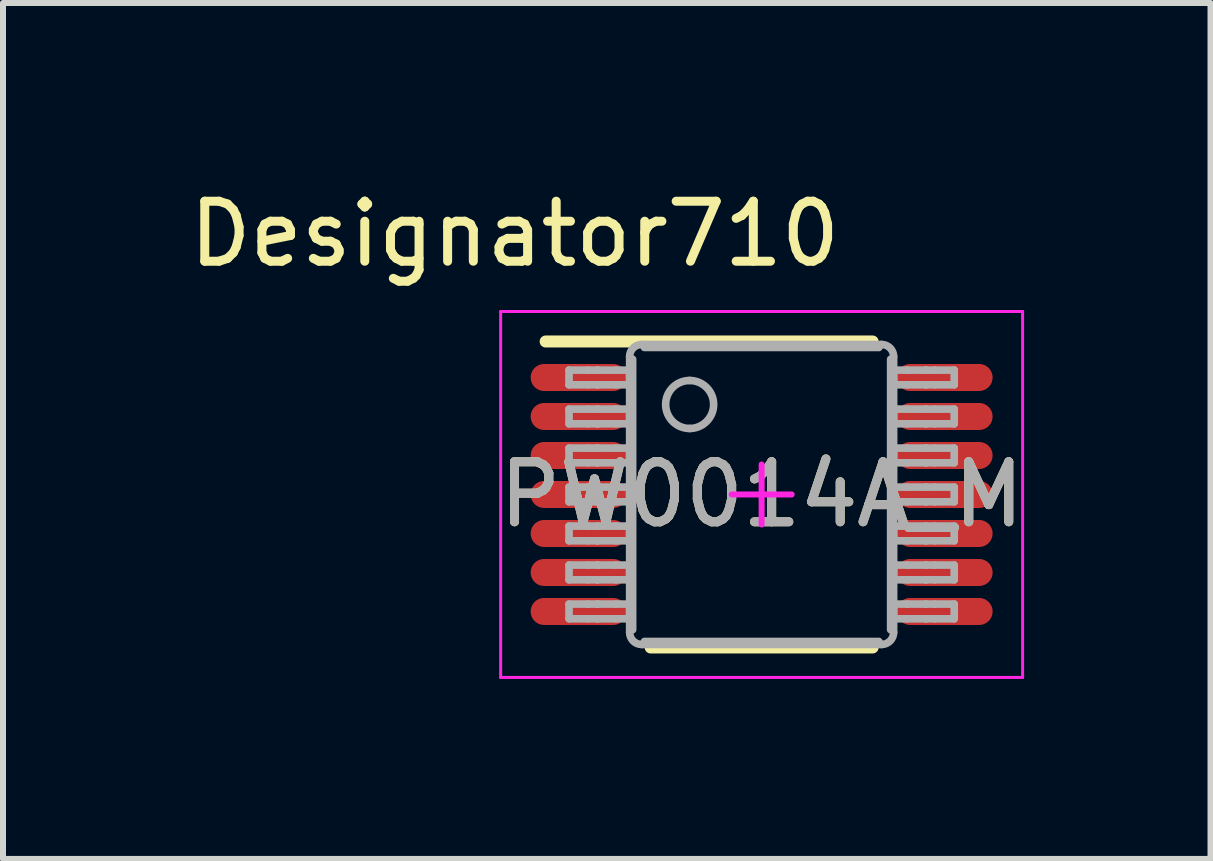
<source format=kicad_pcb>
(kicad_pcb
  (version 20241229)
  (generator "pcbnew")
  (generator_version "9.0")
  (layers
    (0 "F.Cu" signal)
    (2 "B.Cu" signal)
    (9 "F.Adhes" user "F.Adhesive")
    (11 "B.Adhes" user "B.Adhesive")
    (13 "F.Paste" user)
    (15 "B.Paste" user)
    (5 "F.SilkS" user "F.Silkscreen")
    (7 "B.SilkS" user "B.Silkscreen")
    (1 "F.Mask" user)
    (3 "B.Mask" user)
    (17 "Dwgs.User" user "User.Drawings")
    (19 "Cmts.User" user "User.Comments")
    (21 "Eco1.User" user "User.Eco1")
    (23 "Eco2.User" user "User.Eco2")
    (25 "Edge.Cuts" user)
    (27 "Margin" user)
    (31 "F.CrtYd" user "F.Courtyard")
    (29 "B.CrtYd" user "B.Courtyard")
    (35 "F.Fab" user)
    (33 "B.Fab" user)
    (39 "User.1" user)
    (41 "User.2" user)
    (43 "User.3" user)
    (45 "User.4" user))
  (footprint "PW0014A_M"
    (layer "F.Cu")
    (at 9.645 5.192)
    (property "Reference" "PW0014A_M" (at 0 0 0) (unlocked yes) (layer "F.SilkS") (effects (font (size 1 1) (thickness 0.15))))
    (attr smd)
    (fp_line (start -3.6 -2.55) (end 1.85 -2.55) (stroke (width 0.2) (type solid)) (layer "F.SilkS"))
    (fp_line (start -1.85 2.55) (end 1.85 2.55) (stroke (width 0.2) (type solid)) (layer "F.SilkS"))
    (fp_line (start -4.35 -3.05) (end 4.35 -3.05) (stroke (width 0.05) (type solid)) (layer "F.CrtYd"))
    (fp_line (start -4.35 3.05) (end -4.35 -3.05) (stroke (width 0.05) (type solid)) (layer "F.CrtYd"))
    (fp_line (start -4.35 3.05) (end 4.35 3.05) (stroke (width 0.05) (type solid)) (layer "F.CrtYd"))
    (fp_line (start -0.5 0) (end 0.5 0) (stroke (width 0.1) (type solid)) (layer "F.CrtYd"))
    (fp_line (start -0.000003 0.5) (end -0.000003 -0.5) (stroke (width 0.1) (type solid)) (layer "F.CrtYd"))
    (fp_line (start 4.35 3.05) (end 4.35 -3.05) (stroke (width 0.05) (type solid)) (layer "F.CrtYd"))
    (fp_line (start -3.21 -2.073) (end -2.887 -2.073) (stroke (width 0.127) (type solid)) (layer "F.Fab"))
    (fp_line (start -3.21 -1.828) (end -3.21 -2.073) (stroke (width 0.127) (type solid)) (layer "F.Fab"))
    (fp_line (start -3.21 -1.828) (end -2.887 -1.828) (stroke (width 0.127) (type solid)) (layer "F.Fab"))
    (fp_line (start -3.21 -1.423) (end -2.887 -1.423) (stroke (width 0.127) (type solid)) (layer "F.Fab"))
    (fp_line (start -3.21 -1.178) (end -3.21 -1.423) (stroke (width 0.127) (type solid)) (layer "F.Fab"))
    (fp_line (start -3.21 -1.178) (end -2.887 -1.178) (stroke (width 0.127) (type solid)) (layer "F.Fab"))
    (fp_line (start -3.21 -0.773) (end -2.887 -0.773) (stroke (width 0.127) (type solid)) (layer "F.Fab"))
    (fp_line (start -3.21 -0.528) (end -3.21 -0.773) (stroke (width 0.127) (type solid)) (layer "F.Fab"))
    (fp_line (start -3.21 -0.528) (end -2.887 -0.528) (stroke (width 0.127) (type solid)) (layer "F.Fab"))
    (fp_line (start -3.21 -0.123) (end -2.887 -0.123) (stroke (width 0.127) (type solid)) (layer "F.Fab"))
    (fp_line (start -3.21 0.122) (end -3.21 -0.123) (stroke (width 0.127) (type solid)) (layer "F.Fab"))
    (fp_line (start -3.21 0.122) (end -2.887 0.122) (stroke (width 0.127) (type solid)) (layer "F.Fab"))
    (fp_line (start -3.21 0.527) (end -2.887 0.527) (stroke (width 0.127) (type solid)) (layer "F.Fab"))
    (fp_line (start -3.21 0.772) (end -3.21 0.527) (stroke (width 0.127) (type solid)) (layer "F.Fab"))
    (fp_line (start -3.21 0.772) (end -2.887 0.772) (stroke (width 0.127) (type solid)) (layer "F.Fab"))
    (fp_line (start -3.21 1.177) (end -2.887 1.177) (stroke (width 0.127) (type solid)) (layer "F.Fab"))
    (fp_line (start -3.21 1.422) (end -3.21 1.177) (stroke (width 0.127) (type solid)) (layer "F.Fab"))
    (fp_line (start -3.21 1.422) (end -2.887 1.422) (stroke (width 0.127) (type solid)) (layer "F.Fab"))
    (fp_line (start -3.21 1.827) (end -2.887 1.827) (stroke (width 0.127) (type solid)) (layer "F.Fab"))
    (fp_line (start -3.21 2.072) (end -3.21 1.827) (stroke (width 0.127) (type solid)) (layer "F.Fab"))
    (fp_line (start -3.21 2.072) (end -2.887 2.072) (stroke (width 0.127) (type solid)) (layer "F.Fab"))
    (fp_line (start -2.887 -2.073) (end -2.739 -2.073) (stroke (width 0.127) (type solid)) (layer "F.Fab"))
    (fp_line (start -2.887 -1.828) (end -2.739 -1.828) (stroke (width 0.127) (type solid)) (layer "F.Fab"))
    (fp_line (start -2.887 -1.423) (end -2.739 -1.423) (stroke (width 0.127) (type solid)) (layer "F.Fab"))
    (fp_line (start -2.887 -1.178) (end -2.739 -1.178) (stroke (width 0.127) (type solid)) (layer "F.Fab"))
    (fp_line (start -2.887 -0.773) (end -2.739 -0.773) (stroke (width 0.127) (type solid)) (layer "F.Fab"))
    (fp_line (start -2.887 -0.528) (end -2.739 -0.528) (stroke (width 0.127) (type solid)) (layer "F.Fab"))
    (fp_line (start -2.887 -0.123) (end -2.739 -0.123) (stroke (width 0.127) (type solid)) (layer "F.Fab"))
    (fp_line (start -2.887 0.122) (end -2.739 0.122) (stroke (width 0.127) (type solid)) (layer "F.Fab"))
    (fp_line (start -2.887 0.527) (end -2.739 0.527) (stroke (width 0.127) (type solid)) (layer "F.Fab"))
    (fp_line (start -2.887 0.772) (end -2.739 0.772) (stroke (width 0.127) (type solid)) (layer "F.Fab"))
    (fp_line (start -2.887 1.177) (end -2.739 1.177) (stroke (width 0.127) (type solid)) (layer "F.Fab"))
    (fp_line (start -2.887 1.422) (end -2.739 1.422) (stroke (width 0.127) (type solid)) (layer "F.Fab"))
    (fp_line (start -2.887 1.827) (end -2.739 1.827) (stroke (width 0.127) (type solid)) (layer "F.Fab"))
    (fp_line (start -2.887 2.072) (end -2.739 2.072) (stroke (width 0.127) (type solid)) (layer "F.Fab"))
    (fp_line (start -2.739 -2.073) (end -2.733 -2.073) (stroke (width 0.127) (type solid)) (layer "F.Fab"))
    (fp_line (start -2.739 -1.828) (end -2.733 -1.828) (stroke (width 0.127) (type solid)) (layer "F.Fab"))
    (fp_line (start -2.739 -1.423) (end -2.733 -1.423) (stroke (width 0.127) (type solid)) (layer "F.Fab"))
    (fp_line (start -2.739 -1.178) (end -2.733 -1.178) (stroke (width 0.127) (type solid)) (layer "F.Fab"))
    (fp_line (start -2.739 -0.773) (end -2.733 -0.773) (stroke (width 0.127) (type solid)) (layer "F.Fab"))
    (fp_line (start -2.739 -0.528) (end -2.733 -0.528) (stroke (width 0.127) (type solid)) (layer "F.Fab"))
    (fp_line (start -2.739 -0.123) (end -2.733 -0.123) (stroke (width 0.127) (type solid)) (layer "F.Fab"))
    (fp_line (start -2.739 0.122) (end -2.733 0.122) (stroke (width 0.127) (type solid)) (layer "F.Fab"))
    (fp_line (start -2.739 0.527) (end -2.733 0.527) (stroke (width 0.127) (type solid)) (layer "F.Fab"))
    (fp_line (start -2.739 0.772) (end -2.733 0.772) (stroke (width 0.127) (type solid)) (layer "F.Fab"))
    (fp_line (start -2.739 1.177) (end -2.733 1.177) (stroke (width 0.127) (type solid)) (layer "F.Fab"))
    (fp_line (start -2.739 1.422) (end -2.733 1.422) (stroke (width 0.127) (type solid)) (layer "F.Fab"))
    (fp_line (start -2.739 1.827) (end -2.733 1.827) (stroke (width 0.127) (type solid)) (layer "F.Fab"))
    (fp_line (start -2.739 2.072) (end -2.733 2.072) (stroke (width 0.127) (type solid)) (layer "F.Fab"))
    (fp_line (start -2.733 -2.073) (end -2.431 -2.073) (stroke (width 0.127) (type solid)) (layer "F.Fab"))
    (fp_line (start -2.733 -1.828) (end -2.431 -1.828) (stroke (width 0.127) (type solid)) (layer "F.Fab"))
    (fp_line (start -2.733 -1.423) (end -2.431 -1.423) (stroke (width 0.127) (type solid)) (layer "F.Fab"))
    (fp_line (start -2.733 -1.178) (end -2.431 -1.178) (stroke (width 0.127) (type solid)) (layer "F.Fab"))
    (fp_line (start -2.733 -0.773) (end -2.431 -0.773) (stroke (width 0.127) (type solid)) (layer "F.Fab"))
    (fp_line (start -2.733 -0.528) (end -2.431 -0.528) (stroke (width 0.127) (type solid)) (layer "F.Fab"))
    (fp_line (start -2.733 -0.123) (end -2.431 -0.123) (stroke (width 0.127) (type solid)) (layer "F.Fab"))
    (fp_line (start -2.733 0.122) (end -2.431 0.122) (stroke (width 0.127) (type solid)) (layer "F.Fab"))
    (fp_line (start -2.733 0.527) (end -2.431 0.527) (stroke (width 0.127) (type solid)) (layer "F.Fab"))
    (fp_line (start -2.733 0.772) (end -2.431 0.772) (stroke (width 0.127) (type solid)) (layer "F.Fab"))
    (fp_line (start -2.733 1.177) (end -2.431 1.177) (stroke (width 0.127) (type solid)) (layer "F.Fab"))
    (fp_line (start -2.733 1.422) (end -2.431 1.422) (stroke (width 0.127) (type solid)) (layer "F.Fab"))
    (fp_line (start -2.733 1.827) (end -2.431 1.827) (stroke (width 0.127) (type solid)) (layer "F.Fab"))
    (fp_line (start -2.733 2.072) (end -2.431 2.072) (stroke (width 0.127) (type solid)) (layer "F.Fab"))
    (fp_line (start -2.431 -2.073) (end -2.2 -2.073) (stroke (width 0.127) (type solid)) (layer "F.Fab"))
    (fp_line (start -2.431 -1.828) (end -2.2 -1.828) (stroke (width 0.127) (type solid)) (layer "F.Fab"))
    (fp_line (start -2.431 -1.423) (end -2.2 -1.423) (stroke (width 0.127) (type solid)) (layer "F.Fab"))
    (fp_line (start -2.431 -1.178) (end -2.2 -1.178) (stroke (width 0.127) (type solid)) (layer "F.Fab"))
    (fp_line (start -2.431 -0.773) (end -2.2 -0.773) (stroke (width 0.127) (type solid)) (layer "F.Fab"))
    (fp_line (start -2.431 -0.528) (end -2.2 -0.528) (stroke (width 0.127) (type solid)) (layer "F.Fab"))
    (fp_line (start -2.431 -0.123) (end -2.2 -0.123) (stroke (width 0.127) (type solid)) (layer "F.Fab"))
    (fp_line (start -2.431 0.122) (end -2.2 0.122) (stroke (width 0.127) (type solid)) (layer "F.Fab"))
    (fp_line (start -2.431 0.527) (end -2.2 0.527) (stroke (width 0.127) (type solid)) (layer "F.Fab"))
    (fp_line (start -2.431 0.772) (end -2.2 0.772) (stroke (width 0.127) (type solid)) (layer "F.Fab"))
    (fp_line (start -2.431 1.177) (end -2.2 1.177) (stroke (width 0.127) (type solid)) (layer "F.Fab"))
    (fp_line (start -2.431 1.422) (end -2.2 1.422) (stroke (width 0.127) (type solid)) (layer "F.Fab"))
    (fp_line (start -2.431 1.827) (end -2.2 1.827) (stroke (width 0.127) (type solid)) (layer "F.Fab"))
    (fp_line (start -2.431 2.072) (end -2.2 2.072) (stroke (width 0.127) (type solid)) (layer "F.Fab"))
    (fp_line (start -2.2 -1.828) (end -2.2 -2.073) (stroke (width 0.127) (type solid)) (layer "F.Fab"))
    (fp_line (start -2.2 -1.178) (end -2.2 -1.423) (stroke (width 0.127) (type solid)) (layer "F.Fab"))
    (fp_line (start -2.2 -0.528) (end -2.2 -0.773) (stroke (width 0.127) (type solid)) (layer "F.Fab"))
    (fp_line (start -2.2 0.122) (end -2.2 -0.123) (stroke (width 0.127) (type solid)) (layer "F.Fab"))
    (fp_line (start -2.2 0.772) (end -2.2 0.527) (stroke (width 0.127) (type solid)) (layer "F.Fab"))
    (fp_line (start -2.2 1.422) (end -2.2 1.177) (stroke (width 0.127) (type solid)) (layer "F.Fab"))
    (fp_line (start -2.2 2.072) (end -2.2 1.827) (stroke (width 0.127) (type solid)) (layer "F.Fab"))
    (fp_line (start -2.2 2.3) (end -2.2 -2.3) (stroke (width 0.127) (type solid)) (layer "F.Fab"))
    (fp_line (start -2.15 2.254) (end -2.15 -2.254) (stroke (width 0.127) (type solid)) (layer "F.Fab"))
    (fp_line (start -2 -2.5) (end 2 -2.5) (stroke (width 0.127) (type solid)) (layer "F.Fab"))
    (fp_line (start -2 2.5) (end 2 2.5) (stroke (width 0.127) (type solid)) (layer "F.Fab"))
    (fp_line (start -1.954 -2.45) (end 1.954 -2.45) (stroke (width 0.127) (type solid)) (layer "F.Fab"))
    (fp_line (start -1.954 2.45) (end 1.954 2.45) (stroke (width 0.127) (type solid)) (layer "F.Fab"))
    (fp_line (start 2.15 2.254) (end 2.15 -2.254) (stroke (width 0.127) (type solid)) (layer "F.Fab"))
    (fp_line (start 2.2 -2.073) (end 2.43 -2.073) (stroke (width 0.127) (type solid)) (layer "F.Fab"))
    (fp_line (start 2.2 -1.828) (end 2.2 -2.073) (stroke (width 0.127) (type solid)) (layer "F.Fab"))
    (fp_line (start 2.2 -1.828) (end 2.43 -1.828) (stroke (width 0.127) (type solid)) (layer "F.Fab"))
    (fp_line (start 2.2 -1.423) (end 2.43 -1.423) (stroke (width 0.127) (type solid)) (layer "F.Fab"))
    (fp_line (start 2.2 -1.178) (end 2.2 -1.423) (stroke (width 0.127) (type solid)) (layer "F.Fab"))
    (fp_line (start 2.2 -1.178) (end 2.43 -1.178) (stroke (width 0.127) (type solid)) (layer "F.Fab"))
    (fp_line (start 2.2 -0.773) (end 2.43 -0.773) (stroke (width 0.127) (type solid)) (layer "F.Fab"))
    (fp_line (start 2.2 -0.528) (end 2.2 -0.773) (stroke (width 0.127) (type solid)) (layer "F.Fab"))
    (fp_line (start 2.2 -0.528) (end 2.43 -0.528) (stroke (width 0.127) (type solid)) (layer "F.Fab"))
    (fp_line (start 2.2 -0.123) (end 2.43 -0.123) (stroke (width 0.127) (type solid)) (layer "F.Fab"))
    (fp_line (start 2.2 0.122) (end 2.2 -0.123) (stroke (width 0.127) (type solid)) (layer "F.Fab"))
    (fp_line (start 2.2 0.122) (end 2.43 0.122) (stroke (width 0.127) (type solid)) (layer "F.Fab"))
    (fp_line (start 2.2 0.527) (end 2.43 0.527) (stroke (width 0.127) (type solid)) (layer "F.Fab"))
    (fp_line (start 2.2 0.772) (end 2.2 0.527) (stroke (width 0.127) (type solid)) (layer "F.Fab"))
    (fp_line (start 2.2 0.772) (end 2.43 0.772) (stroke (width 0.127) (type solid)) (layer "F.Fab"))
    (fp_line (start 2.2 1.177) (end 2.43 1.177) (stroke (width 0.127) (type solid)) (layer "F.Fab"))
    (fp_line (start 2.2 1.422) (end 2.2 1.177) (stroke (width 0.127) (type solid)) (layer "F.Fab"))
    (fp_line (start 2.2 1.422) (end 2.43 1.422) (stroke (width 0.127) (type solid)) (layer "F.Fab"))
    (fp_line (start 2.2 1.827) (end 2.43 1.827) (stroke (width 0.127) (type solid)) (layer "F.Fab"))
    (fp_line (start 2.2 2.072) (end 2.2 1.827) (stroke (width 0.127) (type solid)) (layer "F.Fab"))
    (fp_line (start 2.2 2.072) (end 2.43 2.072) (stroke (width 0.127) (type solid)) (layer "F.Fab"))
    (fp_line (start 2.2 2.3) (end 2.2 -2.3) (stroke (width 0.127) (type solid)) (layer "F.Fab"))
    (fp_line (start 2.43 -2.073) (end 2.733 -2.073) (stroke (width 0.127) (type solid)) (layer "F.Fab"))
    (fp_line (start 2.43 -1.828) (end 2.733 -1.828) (stroke (width 0.127) (type solid)) (layer "F.Fab"))
    (fp_line (start 2.43 -1.423) (end 2.733 -1.423) (stroke (width 0.127) (type solid)) (layer "F.Fab"))
    (fp_line (start 2.43 -1.178) (end 2.733 -1.178) (stroke (width 0.127) (type solid)) (layer "F.Fab"))
    (fp_line (start 2.43 -0.773) (end 2.733 -0.773) (stroke (width 0.127) (type solid)) (layer "F.Fab"))
    (fp_line (start 2.43 -0.528) (end 2.733 -0.528) (stroke (width 0.127) (type solid)) (layer "F.Fab"))
    (fp_line (start 2.43 -0.123) (end 2.733 -0.123) (stroke (width 0.127) (type solid)) (layer "F.Fab"))
    (fp_line (start 2.43 0.122) (end 2.733 0.122) (stroke (width 0.127) (type solid)) (layer "F.Fab"))
    (fp_line (start 2.43 0.527) (end 2.733 0.527) (stroke (width 0.127) (type solid)) (layer "F.Fab"))
    (fp_line (start 2.43 0.772) (end 2.733 0.772) (stroke (width 0.127) (type solid)) (layer "F.Fab"))
    (fp_line (start 2.43 1.177) (end 2.733 1.177) (stroke (width 0.127) (type solid)) (layer "F.Fab"))
    (fp_line (start 2.43 1.422) (end 2.733 1.422) (stroke (width 0.127) (type solid)) (layer "F.Fab"))
    (fp_line (start 2.43 1.827) (end 2.733 1.827) (stroke (width 0.127) (type solid)) (layer "F.Fab"))
    (fp_line (start 2.43 2.072) (end 2.733 2.072) (stroke (width 0.127) (type solid)) (layer "F.Fab"))
    (fp_line (start 2.733 -2.073) (end 2.739 -2.073) (stroke (width 0.127) (type solid)) (layer "F.Fab"))
    (fp_line (start 2.733 -1.828) (end 2.739 -1.828) (stroke (width 0.127) (type solid)) (layer "F.Fab"))
    (fp_line (start 2.733 -1.423) (end 2.739 -1.423) (stroke (width 0.127) (type solid)) (layer "F.Fab"))
    (fp_line (start 2.733 -1.178) (end 2.739 -1.178) (stroke (width 0.127) (type solid)) (layer "F.Fab"))
    (fp_line (start 2.733 -0.773) (end 2.739 -0.773) (stroke (width 0.127) (type solid)) (layer "F.Fab"))
    (fp_line (start 2.733 -0.528) (end 2.739 -0.528) (stroke (width 0.127) (type solid)) (layer "F.Fab"))
    (fp_line (start 2.733 -0.123) (end 2.739 -0.123) (stroke (width 0.127) (type solid)) (layer "F.Fab"))
    (fp_line (start 2.733 0.122) (end 2.739 0.122) (stroke (width 0.127) (type solid)) (layer "F.Fab"))
    (fp_line (start 2.733 0.527) (end 2.739 0.527) (stroke (width 0.127) (type solid)) (layer "F.Fab"))
    (fp_line (start 2.733 0.772) (end 2.739 0.772) (stroke (width 0.127) (type solid)) (layer "F.Fab"))
    (fp_line (start 2.733 1.177) (end 2.739 1.177) (stroke (width 0.127) (type solid)) (layer "F.Fab"))
    (fp_line (start 2.733 1.422) (end 2.739 1.422) (stroke (width 0.127) (type solid)) (layer "F.Fab"))
    (fp_line (start 2.733 1.827) (end 2.739 1.827) (stroke (width 0.127) (type solid)) (layer "F.Fab"))
    (fp_line (start 2.733 2.072) (end 2.739 2.072) (stroke (width 0.127) (type solid)) (layer "F.Fab"))
    (fp_line (start 2.739 -2.073) (end 2.887 -2.073) (stroke (width 0.127) (type solid)) (layer "F.Fab"))
    (fp_line (start 2.739 -1.828) (end 2.887 -1.828) (stroke (width 0.127) (type solid)) (layer "F.Fab"))
    (fp_line (start 2.739 -1.423) (end 2.887 -1.423) (stroke (width 0.127) (type solid)) (layer "F.Fab"))
    (fp_line (start 2.739 -1.178) (end 2.887 -1.178) (stroke (width 0.127) (type solid)) (layer "F.Fab"))
    (fp_line (start 2.739 -0.773) (end 2.887 -0.773) (stroke (width 0.127) (type solid)) (layer "F.Fab"))
    (fp_line (start 2.739 -0.528) (end 2.887 -0.528) (stroke (width 0.127) (type solid)) (layer "F.Fab"))
    (fp_line (start 2.739 -0.123) (end 2.887 -0.123) (stroke (width 0.127) (type solid)) (layer "F.Fab"))
    (fp_line (start 2.739 0.122) (end 2.887 0.122) (stroke (width 0.127) (type solid)) (layer "F.Fab"))
    (fp_line (start 2.739 0.527) (end 2.887 0.527) (stroke (width 0.127) (type solid)) (layer "F.Fab"))
    (fp_line (start 2.739 0.772) (end 2.887 0.772) (stroke (width 0.127) (type solid)) (layer "F.Fab"))
    (fp_line (start 2.739 1.177) (end 2.887 1.177) (stroke (width 0.127) (type solid)) (layer "F.Fab"))
    (fp_line (start 2.739 1.422) (end 2.887 1.422) (stroke (width 0.127) (type solid)) (layer "F.Fab"))
    (fp_line (start 2.739 1.827) (end 2.887 1.827) (stroke (width 0.127) (type solid)) (layer "F.Fab"))
    (fp_line (start 2.739 2.072) (end 2.887 2.072) (stroke (width 0.127) (type solid)) (layer "F.Fab"))
    (fp_line (start 2.887 -2.073) (end 3.21 -2.073) (stroke (width 0.127) (type solid)) (layer "F.Fab"))
    (fp_line (start 2.887 -1.828) (end 3.21 -1.828) (stroke (width 0.127) (type solid)) (layer "F.Fab"))
    (fp_line (start 2.887 -1.423) (end 3.21 -1.423) (stroke (width 0.127) (type solid)) (layer "F.Fab"))
    (fp_line (start 2.887 -1.178) (end 3.21 -1.178) (stroke (width 0.127) (type solid)) (layer "F.Fab"))
    (fp_line (start 2.887 -0.773) (end 3.21 -0.773) (stroke (width 0.127) (type solid)) (layer "F.Fab"))
    (fp_line (start 2.887 -0.528) (end 3.21 -0.528) (stroke (width 0.127) (type solid)) (layer "F.Fab"))
    (fp_line (start 2.887 -0.123) (end 3.21 -0.123) (stroke (width 0.127) (type solid)) (layer "F.Fab"))
    (fp_line (start 2.887 0.122) (end 3.21 0.122) (stroke (width 0.127) (type solid)) (layer "F.Fab"))
    (fp_line (start 2.887 0.527) (end 3.21 0.527) (stroke (width 0.127) (type solid)) (layer "F.Fab"))
    (fp_line (start 2.887 0.772) (end 3.21 0.772) (stroke (width 0.127) (type solid)) (layer "F.Fab"))
    (fp_line (start 2.887 1.177) (end 3.21 1.177) (stroke (width 0.127) (type solid)) (layer "F.Fab"))
    (fp_line (start 2.887 1.422) (end 3.21 1.422) (stroke (width 0.127) (type solid)) (layer "F.Fab"))
    (fp_line (start 2.887 1.827) (end 3.21 1.827) (stroke (width 0.127) (type solid)) (layer "F.Fab"))
    (fp_line (start 2.887 2.072) (end 3.21 2.072) (stroke (width 0.127) (type solid)) (layer "F.Fab"))
    (fp_line (start 3.21 -1.828) (end 3.21 -2.073) (stroke (width 0.127) (type solid)) (layer "F.Fab"))
    (fp_line (start 3.21 -1.178) (end 3.21 -1.423) (stroke (width 0.127) (type solid)) (layer "F.Fab"))
    (fp_line (start 3.21 -0.528) (end 3.21 -0.773) (stroke (width 0.127) (type solid)) (layer "F.Fab"))
    (fp_line (start 3.21 0.122) (end 3.21 -0.123) (stroke (width 0.127) (type solid)) (layer "F.Fab"))
    (fp_line (start 3.21 0.772) (end 3.21 0.527) (stroke (width 0.127) (type solid)) (layer "F.Fab"))
    (fp_line (start 3.21 1.422) (end 3.21 1.177) (stroke (width 0.127) (type solid)) (layer "F.Fab"))
    (fp_line (start 3.21 2.072) (end 3.21 1.827) (stroke (width 0.127) (type solid)) (layer "F.Fab"))
    (fp_arc (start -2.200001 -2.3) (mid -2.141422 -2.441421) (end -2.000001 -2.5) (stroke (width 0.127) (type solid)) (layer "F.Fab"))
    (fp_arc (start -2.000001 2.49999) (mid -2.141422 2.441412) (end -2.200001 2.29999) (stroke (width 0.127) (type solid)) (layer "F.Fab"))
    (fp_arc (start -1.200003 -1.900001) (mid -0.800003 -1.500002) (end -1.200003 -1.100003) (stroke (width 0.127) (type solid)) (layer "F.Fab"))
    (fp_arc (start -1.200003 -1.100003) (mid -1.600002 -1.500002) (end -1.200003 -1.900001) (stroke (width 0.127) (type solid)) (layer "F.Fab"))
    (fp_arc (start 1.999991 -2.5) (mid 2.141412 -2.441422) (end 2.199991 -2.3) (stroke (width 0.127) (type solid)) (layer "F.Fab"))
    (fp_arc (start 2.199991 2.29999) (mid 2.141412 2.441411) (end 1.999991 2.49999) (stroke (width 0.127) (type solid)) (layer "F.Fab"))
    (fp_text user "Designator710" (at -4.115 -4.343 0) (unlocked yes) (layer "F.SilkS") (effects (font (size 1 1) (thickness 0.15))))
    (fp_text user "${REFERENCE}" (at 0 0 0) (unlocked yes) (layer "F.Fab") (effects (font (size 1 1) (thickness 0.15))))
    (pad "1" smd oval (at -3.05 -1.95 90) (size 0.45 1.6) (layers "F.Cu" "F.Mask" "F.Paste"))
    (pad "2" smd oval (at -3.05 -1.3 90) (size 0.45 1.6) (layers "F.Cu" "F.Mask" "F.Paste"))
    (pad "3" smd oval (at -3.05 -0.65 90) (size 0.45 1.6) (layers "F.Cu" "F.Mask" "F.Paste"))
    (pad "4" smd oval (at -3.05 0 90) (size 0.45 1.6) (layers "F.Cu" "F.Mask" "F.Paste"))
    (pad "5" smd oval (at -3.05 0.65 90) (size 0.45 1.6) (layers "F.Cu" "F.Mask" "F.Paste"))
    (pad "6" smd oval (at -3.05 1.3 90) (size 0.45 1.6) (layers "F.Cu" "F.Mask" "F.Paste"))
    (pad "7" smd oval (at -3.05 1.95 90) (size 0.45 1.6) (layers "F.Cu" "F.Mask" "F.Paste"))
    (pad "8" smd oval (at 3.05 1.95 90) (size 0.45 1.6) (layers "F.Cu" "F.Mask" "F.Paste"))
    (pad "9" smd oval (at 3.05 1.3 90) (size 0.45 1.6) (layers "F.Cu" "F.Mask" "F.Paste"))
    (pad "10" smd oval (at 3.05 0.65 90) (size 0.45 1.6) (layers "F.Cu" "F.Mask" "F.Paste"))
    (pad "11" smd oval (at 3.05 0 90) (size 0.45 1.6) (layers "F.Cu" "F.Mask" "F.Paste"))
    (pad "12" smd oval (at 3.05 -0.65 90) (size 0.45 1.6) (layers "F.Cu" "F.Mask" "F.Paste"))
    (pad "13" smd oval (at 3.05 -1.3 90) (size 0.45 1.6) (layers "F.Cu" "F.Mask" "F.Paste"))
    (pad "14" smd oval (at 3.05 -1.95 90) (size 0.45 1.6) (layers "F.Cu" "F.Mask" "F.Paste")))
  (gr_rect
    (start -3 -3)
    (end 17.127 11.267)
    (stroke (width 0.1) (type default))
    (fill no)
    (layer "Edge.Cuts")))
</source>
